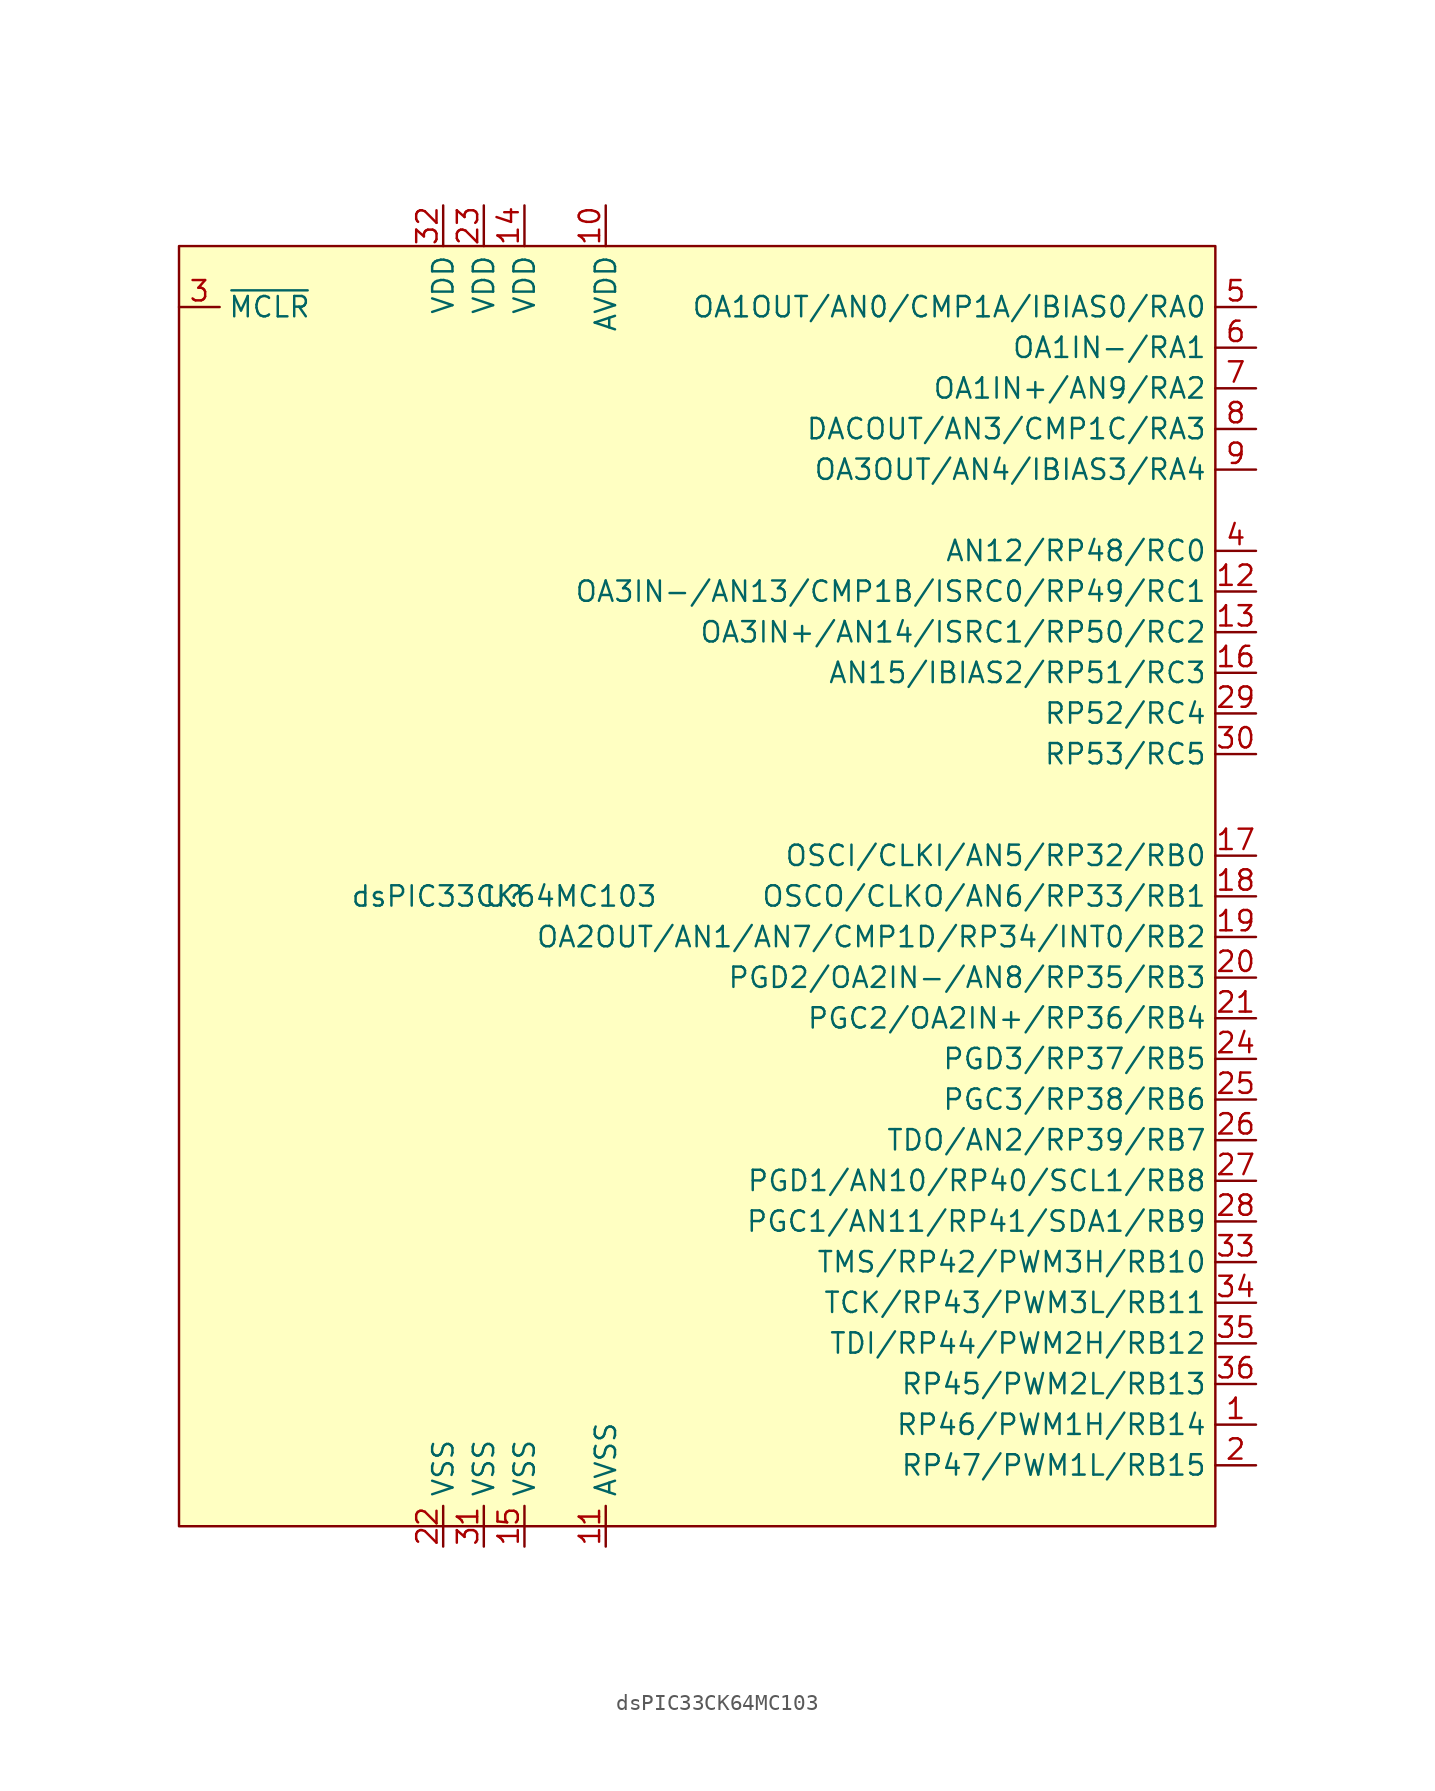
<source format=kicad_sym>
(kicad_symbol_lib
  (version 20211014)
  (generator kicad_symbol_editor)
  (symbol "dsPIC33CK64MC103"
    (property "Reference" "U"
      (at -15.24 -1.27 0)
      (effects (font (size 1.27 1.27))))
    (property "Value" "dsPIC33CK64MC103"
      (at -15.24 -1.27 0)
      (effects (font (size 1.27 1.27))))
    (symbol "dsPIC33CK64MC103_0_1"
      (rectangle (start -35.56 39.37) (end 29.21 -40.64) (stroke (width 0) (type default) (color 0 0 0 0)) (fill (type background))))
    (symbol "dsPIC33CK64MC103_1_1"
      (pin bidirectional line (at 31.75 -34.29 180) (length 2.54) (name "RP46/PWM1H/RB14" (effects (font (size 1.27 1.27)))) (number "1" (effects (font (size 1.27 1.27)))))
      (pin power_in line (at -8.89 41.91 270) (length 2.54) (name "AVDD" (effects (font (size 1.27 1.27)))) (number "10" (effects (font (size 1.27 1.27)))))
      (pin power_in line (at -8.89 -41.91 90) (length 2.54) (name "AVSS" (effects (font (size 1.27 1.27)))) (number "11" (effects (font (size 1.27 1.27)))))
      (pin bidirectional line (at 31.75 17.78 180) (length 2.54) (name "OA3IN-/AN13/CMP1B/ISRC0/RP49/RC1" (effects (font (size 1.27 1.27)))) (number "12" (effects (font (size 1.27 1.27)))))
      (pin bidirectional line (at 31.75 15.24 180) (length 2.54) (name "OA3IN+/AN14/ISRC1/RP50/RC2" (effects (font (size 1.27 1.27)))) (number "13" (effects (font (size 1.27 1.27)))))
      (pin power_in line (at -13.97 41.91 270) (length 2.54) (name "VDD" (effects (font (size 1.27 1.27)))) (number "14" (effects (font (size 1.27 1.27)))))
      (pin power_in line (at -13.97 -41.91 90) (length 2.54) (name "VSS" (effects (font (size 1.27 1.27)))) (number "15" (effects (font (size 1.27 1.27)))))
      (pin bidirectional line (at 31.75 12.7 180) (length 2.54) (name "AN15/IBIAS2/RP51/RC3" (effects (font (size 1.27 1.27)))) (number "16" (effects (font (size 1.27 1.27)))))
      (pin bidirectional line (at 31.75 1.27 180) (length 2.54) (name "OSCI/CLKI/AN5/RP32/RB0" (effects (font (size 1.27 1.27)))) (number "17" (effects (font (size 1.27 1.27)))))
      (pin bidirectional line (at 31.75 -1.27 180) (length 2.54) (name "OSCO/CLKO/AN6/RP33/RB1" (effects (font (size 1.27 1.27)))) (number "18" (effects (font (size 1.27 1.27)))))
      (pin bidirectional line (at 31.75 -3.81 180) (length 2.54) (name "OA2OUT/AN1/AN7/CMP1D/RP34/INT0/RB2" (effects (font (size 1.27 1.27)))) (number "19" (effects (font (size 1.27 1.27)))))
      (pin bidirectional line (at 31.75 -36.83 180) (length 2.54) (name "RP47/PWM1L/RB15" (effects (font (size 1.27 1.27)))) (number "2" (effects (font (size 1.27 1.27)))))
      (pin bidirectional line (at 31.75 -6.35 180) (length 2.54) (name "PGD2/OA2IN-/AN8/RP35/RB3" (effects (font (size 1.27 1.27)))) (number "20" (effects (font (size 1.27 1.27)))))
      (pin bidirectional line (at 31.75 -8.89 180) (length 2.54) (name "PGC2/OA2IN+/RP36/RB4" (effects (font (size 1.27 1.27)))) (number "21" (effects (font (size 1.27 1.27)))))
      (pin power_in line (at -19.05 -41.91 90) (length 2.54) (name "VSS" (effects (font (size 1.27 1.27)))) (number "22" (effects (font (size 1.27 1.27)))))
      (pin power_in line (at -16.51 41.91 270) (length 2.54) (name "VDD" (effects (font (size 1.27 1.27)))) (number "23" (effects (font (size 1.27 1.27)))))
      (pin bidirectional line (at 31.75 -11.43 180) (length 2.54) (name "PGD3/RP37/RB5" (effects (font (size 1.27 1.27)))) (number "24" (effects (font (size 1.27 1.27)))))
      (pin bidirectional line (at 31.75 -13.97 180) (length 2.54) (name "PGC3/RP38/RB6" (effects (font (size 1.27 1.27)))) (number "25" (effects (font (size 1.27 1.27)))))
      (pin bidirectional line (at 31.75 -16.51 180) (length 2.54) (name "TDO/AN2/RP39/RB7" (effects (font (size 1.27 1.27)))) (number "26" (effects (font (size 1.27 1.27)))))
      (pin bidirectional line (at 31.75 -19.05 180) (length 2.54) (name "PGD1/AN10/RP40/SCL1/RB8" (effects (font (size 1.27 1.27)))) (number "27" (effects (font (size 1.27 1.27)))))
      (pin bidirectional line (at 31.75 -21.59 180) (length 2.54) (name "PGC1/AN11/RP41/SDA1/RB9" (effects (font (size 1.27 1.27)))) (number "28" (effects (font (size 1.27 1.27)))))
      (pin bidirectional line (at 31.75 10.16 180) (length 2.54) (name "RP52/RC4" (effects (font (size 1.27 1.27)))) (number "29" (effects (font (size 1.27 1.27)))))
      (pin input line (at -35.56 35.56 0) (length 2.54) (name "~{MCLR}" (effects (font (size 1.27 1.27)))) (number "3" (effects (font (size 1.27 1.27)))))
      (pin bidirectional line (at 31.75 7.62 180) (length 2.54) (name "RP53/RC5" (effects (font (size 1.27 1.27)))) (number "30" (effects (font (size 1.27 1.27)))))
      (pin power_in line (at -16.51 -41.91 90) (length 2.54) (name "VSS" (effects (font (size 1.27 1.27)))) (number "31" (effects (font (size 1.27 1.27)))))
      (pin power_in line (at -19.05 41.91 270) (length 2.54) (name "VDD" (effects (font (size 1.27 1.27)))) (number "32" (effects (font (size 1.27 1.27)))))
      (pin bidirectional line (at 31.75 -24.13 180) (length 2.54) (name "TMS/RP42/PWM3H/RB10" (effects (font (size 1.27 1.27)))) (number "33" (effects (font (size 1.27 1.27)))))
      (pin bidirectional line (at 31.75 -26.67 180) (length 2.54) (name "TCK/RP43/PWM3L/RB11" (effects (font (size 1.27 1.27)))) (number "34" (effects (font (size 1.27 1.27)))))
      (pin bidirectional line (at 31.75 -29.21 180) (length 2.54) (name "TDI/RP44/PWM2H/RB12" (effects (font (size 1.27 1.27)))) (number "35" (effects (font (size 1.27 1.27)))))
      (pin bidirectional line (at 31.75 -31.75 180) (length 2.54) (name "RP45/PWM2L/RB13" (effects (font (size 1.27 1.27)))) (number "36" (effects (font (size 1.27 1.27)))))
      (pin bidirectional line (at 31.75 20.32 180) (length 2.54) (name "AN12/RP48/RC0" (effects (font (size 1.27 1.27)))) (number "4" (effects (font (size 1.27 1.27)))))
      (pin bidirectional line (at 31.75 35.56 180) (length 2.54) (name "OA1OUT/AN0/CMP1A/IBIAS0/RA0" (effects (font (size 1.27 1.27)))) (number "5" (effects (font (size 1.27 1.27)))))
      (pin bidirectional line (at 31.75 33.02 180) (length 2.54) (name "OA1IN-/RA1" (effects (font (size 1.27 1.27)))) (number "6" (effects (font (size 1.27 1.27)))))
      (pin bidirectional line (at 31.75 30.48 180) (length 2.54) (name "OA1IN+/AN9/RA2" (effects (font (size 1.27 1.27)))) (number "7" (effects (font (size 1.27 1.27)))))
      (pin bidirectional line (at 31.75 27.94 180) (length 2.54) (name "DACOUT/AN3/CMP1C/RA3" (effects (font (size 1.27 1.27)))) (number "8" (effects (font (size 1.27 1.27)))))
      (pin bidirectional line (at 31.75 25.4 180) (length 2.54) (name "OA3OUT/AN4/IBIAS3/RA4" (effects (font (size 1.27 1.27)))) (number "9" (effects (font (size 1.27 1.27))))))))
</source>
